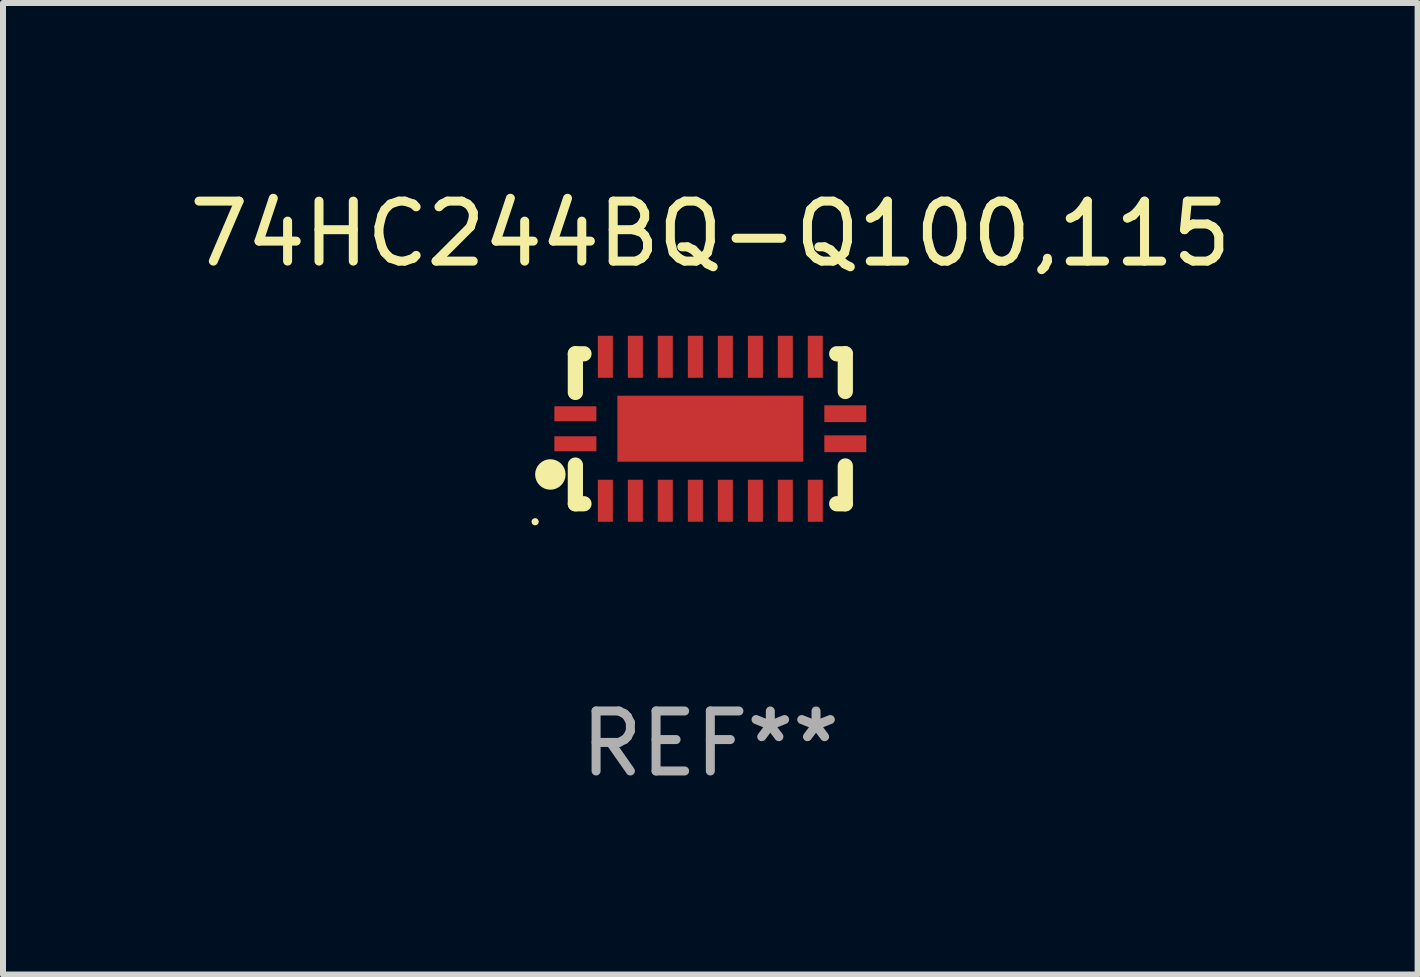
<source format=kicad_pcb>
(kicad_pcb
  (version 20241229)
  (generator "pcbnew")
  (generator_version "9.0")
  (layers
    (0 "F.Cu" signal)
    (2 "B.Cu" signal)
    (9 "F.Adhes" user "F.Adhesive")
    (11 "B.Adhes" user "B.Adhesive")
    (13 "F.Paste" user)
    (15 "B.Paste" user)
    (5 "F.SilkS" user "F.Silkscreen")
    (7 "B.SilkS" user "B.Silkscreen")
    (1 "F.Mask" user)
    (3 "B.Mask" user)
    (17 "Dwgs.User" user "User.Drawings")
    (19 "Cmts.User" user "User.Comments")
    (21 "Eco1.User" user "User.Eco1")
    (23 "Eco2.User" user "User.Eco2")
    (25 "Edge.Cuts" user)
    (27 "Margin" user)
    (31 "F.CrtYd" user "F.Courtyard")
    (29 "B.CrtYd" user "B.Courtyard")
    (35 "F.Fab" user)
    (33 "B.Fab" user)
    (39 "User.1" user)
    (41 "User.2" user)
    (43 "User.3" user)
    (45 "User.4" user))
  (footprint "74HC244BQ-Q100,115"
    (layer "F.Cu")
    (at 8.792 4.098)
    (property "Reference" "74HC244BQ-Q100,115" (at 0 -3.25 0) (layer "F.SilkS") (effects (font (size 1 1) (thickness 0.15))))
    (attr through_hole)
    (fp_line (start -2.25 0.605) (end -2.25 1.25) (stroke (width 0.254) (type solid)) (layer "F.SilkS"))
    (fp_line (start -2.25 1.25) (end -2.107 1.25) (stroke (width 0.254) (type solid)) (layer "F.SilkS"))
    (fp_line (start -2.25 -1.25) (end -2.25 -0.606) (stroke (width 0.254) (type solid)) (layer "F.SilkS"))
    (fp_line (start -2.25 -1.25) (end -2.107 -1.25) (stroke (width 0.254) (type solid)) (layer "F.SilkS"))
    (fp_line (start 2.107 -1.25) (end 2.25 -1.25) (stroke (width 0.254) (type solid)) (layer "F.SilkS"))
    (fp_line (start 2.107 1.25) (end 2.25 1.25) (stroke (width 0.254) (type solid)) (layer "F.SilkS"))
    (fp_line (start 2.25 -1.25) (end 2.25 -0.622) (stroke (width 0.254) (type solid)) (layer "F.SilkS"))
    (fp_line (start 2.25 0.62) (end 2.25 1.25) (stroke (width 0.254) (type solid)) (layer "F.SilkS"))
    (fp_circle (center -2.921 1.55) (end -2.891 1.55) (stroke (width 0.06) (type solid)) (fill no) (layer "F.SilkS"))
    (fp_circle (center -2.667 0.762) (end -2.54 0.762) (stroke (width 0.254) (type solid)) (fill no) (layer "F.SilkS"))
    (fp_text user "REF**" (at 0 5.25 0) (layer "F.Fab") (effects (font (size 1 1) (thickness 0.15))))
    (pad "1" smd rect (at -2.25 0.25 180) (size 0.7 0.25) (layers "F.Cu" "F.Mask" "F.Paste"))
    (pad "2" smd rect (at -1.75 1.2 90) (size 0.7 0.25) (layers "F.Cu" "F.Mask" "F.Paste"))
    (pad "3" smd rect (at -1.25 1.2 90) (size 0.7 0.25) (layers "F.Cu" "F.Mask" "F.Paste"))
    (pad "4" smd rect (at -0.751 1.2 90) (size 0.7 0.25) (layers "F.Cu" "F.Mask" "F.Paste"))
    (pad "5" smd rect (at -0.25 1.2 90) (size 0.7 0.25) (layers "F.Cu" "F.Mask" "F.Paste"))
    (pad "6" smd rect (at 0.25 1.2 90) (size 0.7 0.25) (layers "F.Cu" "F.Mask" "F.Paste"))
    (pad "7" smd rect (at 0.751 1.2 90) (size 0.7 0.25) (layers "F.Cu" "F.Mask" "F.Paste"))
    (pad "8" smd rect (at 1.25 1.2 90) (size 0.7 0.25) (layers "F.Cu" "F.Mask" "F.Paste"))
    (pad "9" smd rect (at 1.75 1.2 90) (size 0.7 0.25) (layers "F.Cu" "F.Mask" "F.Paste"))
    (pad "10" smd rect (at 2.25 0.25 180) (size 0.7 0.28) (layers "F.Cu" "F.Mask" "F.Paste"))
    (pad "11" smd rect (at 2.25 -0.251 180) (size 0.7 0.28) (layers "F.Cu" "F.Mask" "F.Paste"))
    (pad "12" smd rect (at 1.75 -1.2 90) (size 0.7 0.25) (layers "F.Cu" "F.Mask" "F.Paste"))
    (pad "13" smd rect (at 1.25 -1.2 90) (size 0.7 0.25) (layers "F.Cu" "F.Mask" "F.Paste"))
    (pad "14" smd rect (at 0.751 -1.2 90) (size 0.7 0.25) (layers "F.Cu" "F.Mask" "F.Paste"))
    (pad "15" smd rect (at 0.25 -1.2 90) (size 0.7 0.25) (layers "F.Cu" "F.Mask" "F.Paste"))
    (pad "16" smd rect (at -0.25 -1.2 90) (size 0.7 0.25) (layers "F.Cu" "F.Mask" "F.Paste"))
    (pad "17" smd rect (at -0.751 -1.2 90) (size 0.7 0.25) (layers "F.Cu" "F.Mask" "F.Paste"))
    (pad "18" smd rect (at -1.25 -1.2 90) (size 0.7 0.25) (layers "F.Cu" "F.Mask" "F.Paste"))
    (pad "19" smd rect (at -1.75 -1.2 90) (size 0.7 0.25) (layers "F.Cu" "F.Mask" "F.Paste"))
    (pad "20" smd rect (at -2.25 -0.25 180) (size 0.7 0.25) (layers "F.Cu" "F.Mask" "F.Paste"))
    (pad "21" smd rect (at 0 -0.001 180) (size 3.1 1.1) (layers "F.Cu" "F.Mask" "F.Paste")))
  (gr_rect
    (start -3 -3)
    (end 20.583 13.197)
    (stroke (width 0.1) (type default))
    (fill no)
    (layer "Edge.Cuts")))
</source>
